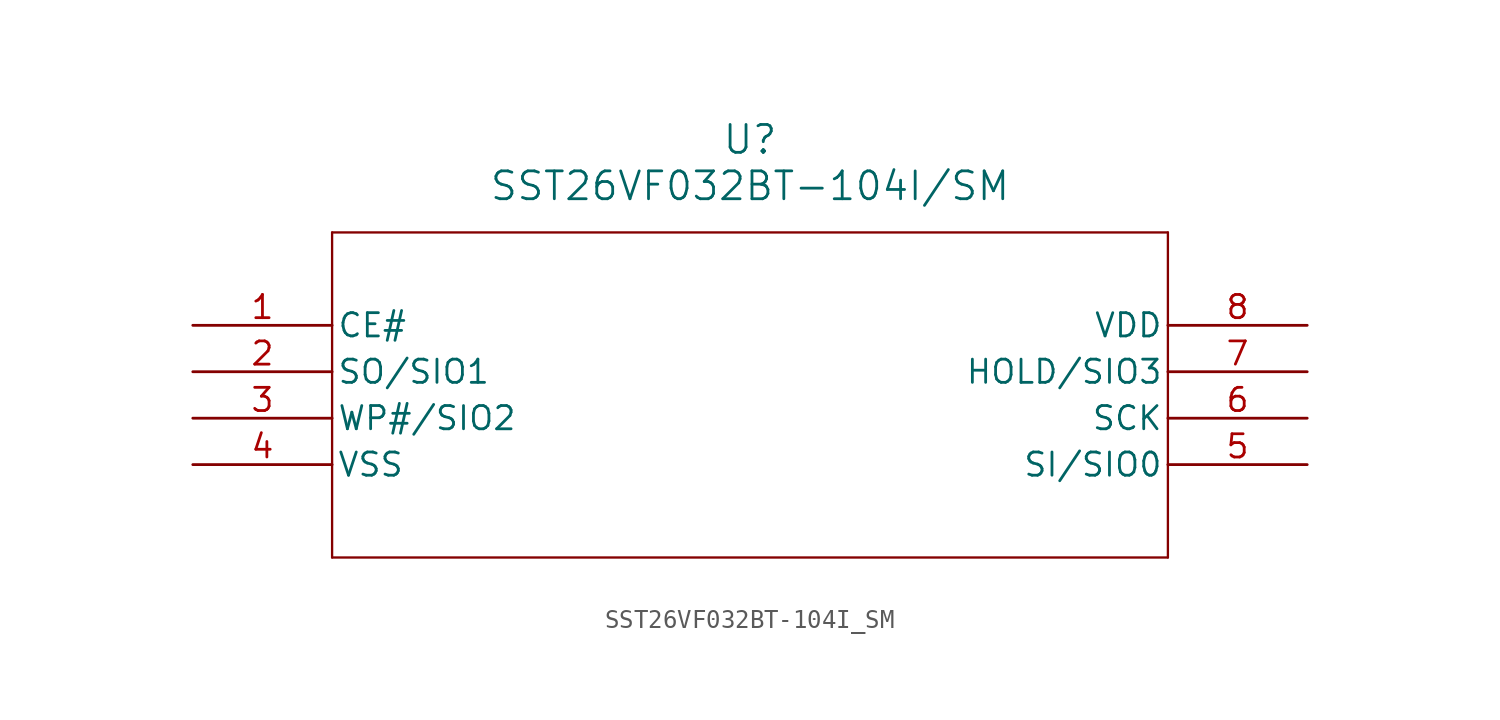
<source format=kicad_sym>
(kicad_symbol_lib
  (version 20211014)
  (generator kicad_symbol_editor)
  (symbol "SST26VF032BT-104I_SM"
    (pin_names
      (offset 0.254))
    (property "Reference" "U"
      (at 30.48 10.16 0)
      (effects (font (size 1.524 1.524))))
    (property "Value" "SST26VF032BT-104I/SM"
      (at 30.48 7.62 0)
      (effects (font (size 1.524 1.524))))
    (symbol "SST26VF032BT-104I_SM_0_1"
      (polyline (pts (xy 7.62 5.08) (xy 7.62 -12.7)) (stroke (width 0.127) (type default) (color 0 0 0 0)) (fill (type none)))
      (polyline (pts (xy 7.62 -12.7) (xy 53.34 -12.7)) (stroke (width 0.127) (type default) (color 0 0 0 0)) (fill (type none)))
      (polyline (pts (xy 53.34 -12.7) (xy 53.34 5.08)) (stroke (width 0.127) (type default) (color 0 0 0 0)) (fill (type none)))
      (polyline (pts (xy 53.34 5.08) (xy 7.62 5.08)) (stroke (width 0.127) (type default) (color 0 0 0 0)) (fill (type none)))
      (pin input line (at 0 0 0) (length 7.62) (name "CE#" (effects (font (size 1.27 1.27)))) (number "1" (effects (font (size 1.27 1.27)))))
      (pin bidirectional line (at 0 -2.54 0) (length 7.62) (name "SO/SIO1" (effects (font (size 1.27 1.27)))) (number "2" (effects (font (size 1.27 1.27)))))
      (pin bidirectional line (at 0 -5.08 0) (length 7.62) (name "WP#/SIO2" (effects (font (size 1.27 1.27)))) (number "3" (effects (font (size 1.27 1.27)))))
      (pin power_out line (at 0 -7.62 0) (length 7.62) (name "VSS" (effects (font (size 1.27 1.27)))) (number "4" (effects (font (size 1.27 1.27)))))
      (pin bidirectional line (at 60.96 -7.62 180) (length 7.62) (name "SI/SIO0" (effects (font (size 1.27 1.27)))) (number "5" (effects (font (size 1.27 1.27)))))
      (pin input line (at 60.96 -5.08 180) (length 7.62) (name "SCK" (effects (font (size 1.27 1.27)))) (number "6" (effects (font (size 1.27 1.27)))))
      (pin bidirectional line (at 60.96 -2.54 180) (length 7.62) (name "HOLD/SIO3" (effects (font (size 1.27 1.27)))) (number "7" (effects (font (size 1.27 1.27)))))
      (pin power_in line (at 60.96 0 180) (length 7.62) (name "VDD" (effects (font (size 1.27 1.27)))) (number "8" (effects (font (size 1.27 1.27))))))))
</source>
